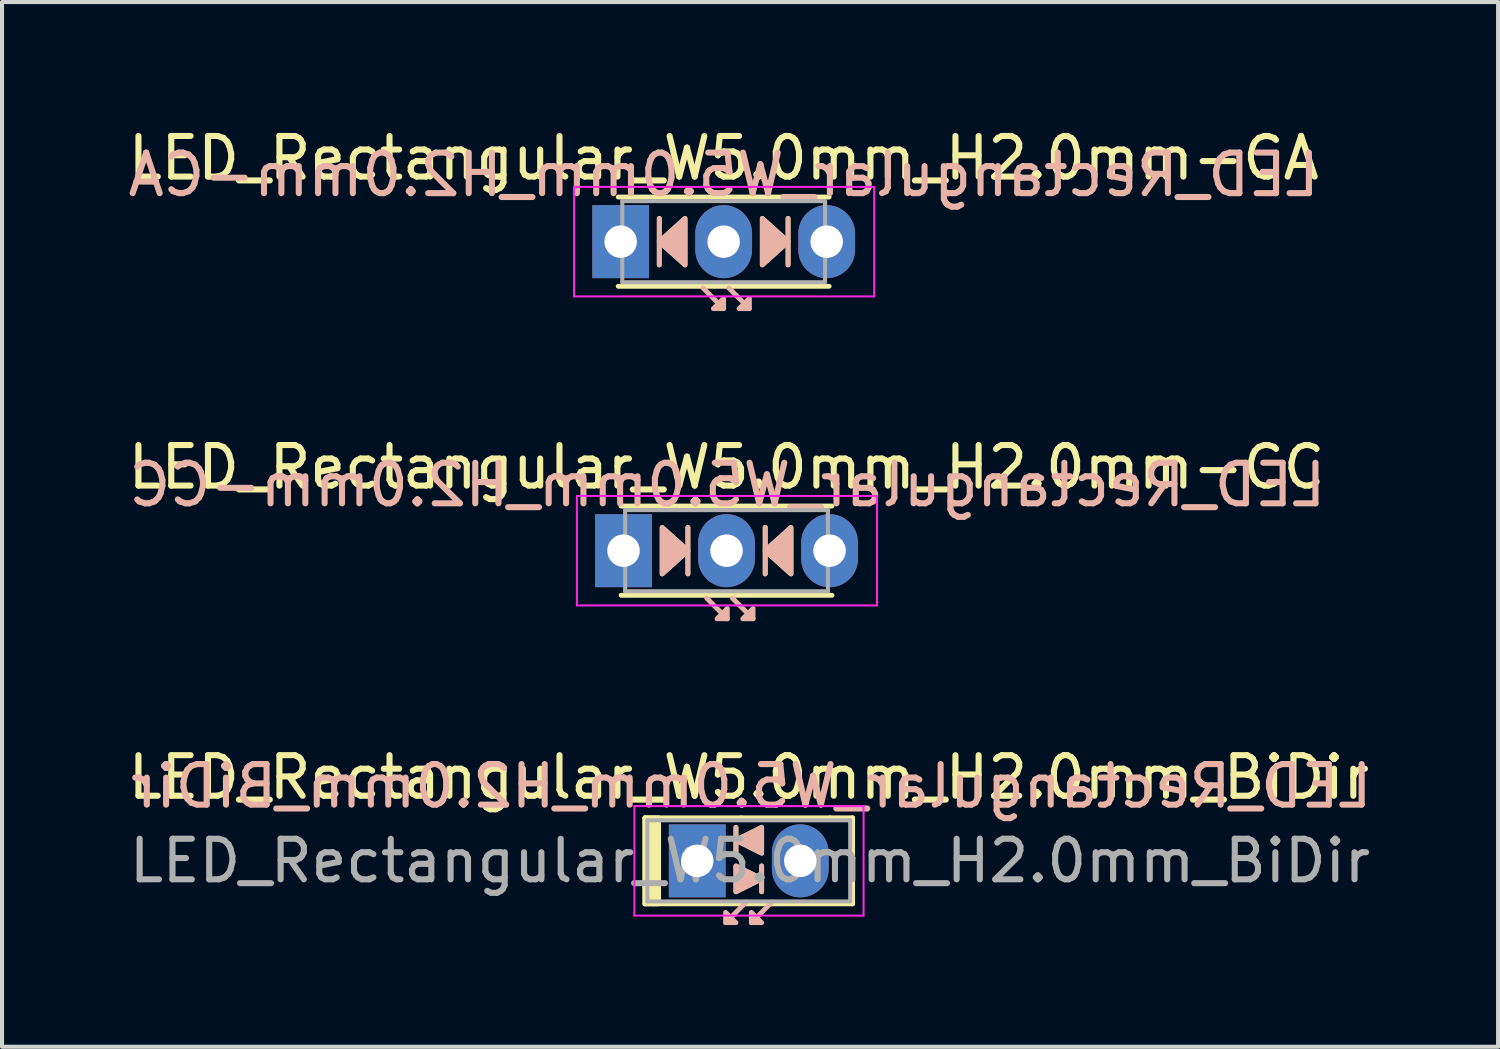
<source format=kicad_pcb>
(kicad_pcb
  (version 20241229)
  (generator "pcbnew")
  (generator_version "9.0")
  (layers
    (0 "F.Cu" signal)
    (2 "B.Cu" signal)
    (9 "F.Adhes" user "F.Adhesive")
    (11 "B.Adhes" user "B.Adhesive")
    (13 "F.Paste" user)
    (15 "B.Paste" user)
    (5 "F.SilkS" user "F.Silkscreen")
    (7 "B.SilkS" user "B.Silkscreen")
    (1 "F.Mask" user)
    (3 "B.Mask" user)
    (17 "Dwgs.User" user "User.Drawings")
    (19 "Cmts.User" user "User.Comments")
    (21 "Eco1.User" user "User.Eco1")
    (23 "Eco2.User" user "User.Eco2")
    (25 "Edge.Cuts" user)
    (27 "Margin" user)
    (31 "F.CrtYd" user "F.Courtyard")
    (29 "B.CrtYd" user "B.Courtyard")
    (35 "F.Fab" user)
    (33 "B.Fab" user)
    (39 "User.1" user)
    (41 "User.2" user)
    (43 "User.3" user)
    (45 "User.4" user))
  (footprint "LED_Rectangular_W5.0mm_H2.0mm_BiDir"
    (layer "F.Cu")
    (at 14.141 18.174)
    (property "Reference" "LED_Rectangular_W5.0mm_H2.0mm_BiDir" (at 1.27 -2.06 0) (layer "F.SilkS") (effects (font (size 1 1) (thickness 0.15))))
    (fp_line (start -1.29 -1.06) (end -1.29 1.06) (stroke (width 0.12) (type solid)) (layer "F.SilkS"))
    (fp_line (start -1.29 -1.06) (end 1.08 -1.06) (stroke (width 0.12) (type solid)) (layer "F.SilkS"))
    (fp_line (start -1.29 1.06) (end -1.08 1.06) (stroke (width 0.12) (type solid)) (layer "F.SilkS"))
    (fp_line (start -1.08 1.06) (end 1.811 1.06) (stroke (width 0.12) (type solid)) (layer "F.SilkS"))
    (fp_line (start 0.953 -0.826) (end 0.953 -0.191) (stroke (width 0.12) (type solid)) (layer "F.SilkS"))
    (fp_line (start 1.08 -1.06) (end 3.27 -1.06) (stroke (width 0.12) (type solid)) (layer "F.SilkS"))
    (fp_line (start 1.587 0.762) (end 1.587 0.127) (stroke (width 0.12) (type solid)) (layer "F.SilkS"))
    (fp_line (start 1.811 1.06) (end 3.83 1.06) (stroke (width 0.12) (type solid)) (layer "F.SilkS"))
    (fp_line (start 3.27 -1.06) (end 3.83 -1.06) (stroke (width 0.12) (type solid)) (layer "F.SilkS"))
    (fp_line (start 3.83 -1.06) (end 3.83 1.06) (stroke (width 0.12) (type solid)) (layer "F.SilkS"))
    (fp_rect (start -1.29 -1.06) (end -0.953 1.06) (stroke (width 0.12) (type solid)) (fill yes) (layer "F.SilkS"))
    (fp_poly (pts (xy 0.953 0.127) (xy 1.587 0.445) (xy 0.953 0.762)) (stroke (width 0.12) (type solid)) (fill yes) (layer "F.SilkS"))
    (fp_poly (pts (xy 1.587 -0.191) (xy 0.953 -0.508) (xy 1.587 -0.826)) (stroke (width 0.12) (type solid)) (fill yes) (layer "F.SilkS"))
    (fp_line (start 0.953 -0.826) (end 0.953 -0.191) (stroke (width 0.12) (type solid)) (layer "B.SilkS"))
    (fp_line (start 1.206 1.016) (end 0.699 1.524) (stroke (width 0.12) (type solid)) (layer "B.SilkS"))
    (fp_line (start 1.587 0.762) (end 1.587 0.127) (stroke (width 0.12) (type solid)) (layer "B.SilkS"))
    (fp_line (start 1.841 1.016) (end 1.333 1.524) (stroke (width 0.12) (type solid)) (layer "B.SilkS"))
    (fp_poly (pts (xy 0.699 1.27) (xy 0.953 1.524) (xy 0.699 1.524)) (stroke (width 0.12) (type solid)) (fill yes) (layer "B.SilkS"))
    (fp_poly (pts (xy 0.953 0.127) (xy 1.587 0.445) (xy 0.953 0.762)) (stroke (width 0.12) (type solid)) (fill yes) (layer "B.SilkS"))
    (fp_poly (pts (xy 1.333 1.27) (xy 1.587 1.524) (xy 1.333 1.524)) (stroke (width 0.12) (type solid)) (fill yes) (layer "B.SilkS"))
    (fp_poly (pts (xy 1.587 -0.191) (xy 0.953 -0.508) (xy 1.587 -0.826)) (stroke (width 0.12) (type solid)) (fill yes) (layer "B.SilkS"))
    (fp_line (start -1.55 -1.35) (end -1.55 1.35) (stroke (width 0.05) (type solid)) (layer "F.CrtYd"))
    (fp_line (start -1.55 1.35) (end 4.1 1.35) (stroke (width 0.05) (type solid)) (layer "F.CrtYd"))
    (fp_line (start 4.1 -1.35) (end -1.55 -1.35) (stroke (width 0.05) (type solid)) (layer "F.CrtYd"))
    (fp_line (start 4.1 1.35) (end 4.1 -1.35) (stroke (width 0.05) (type solid)) (layer "F.CrtYd"))
    (fp_line (start -1.23 -1) (end -1.23 1) (stroke (width 0.1) (type solid)) (layer "F.Fab"))
    (fp_line (start -1.23 1) (end 3.77 1) (stroke (width 0.1) (type solid)) (layer "F.Fab"))
    (fp_line (start 3.77 -1) (end -1.23 -1) (stroke (width 0.1) (type solid)) (layer "F.Fab"))
    (fp_line (start 3.77 1) (end 3.77 -1) (stroke (width 0.1) (type solid)) (layer "F.Fab"))
    (fp_text user "${REFERENCE}" (at 1.333 -1.841 0) (layer "B.SilkS") (effects (font (size 1 1) (thickness 0.15)) (justify mirror)))
    (fp_text user "${REFERENCE}" (at 1.3 0 0) (layer "F.Fab") (effects (font (size 1 1) (thickness 0.15))))
    (pad "1" thru_hole rect (at 0 0) (size 1.4 1.8) (drill 0.8) (layers "*.Cu" "*.Mask"))
    (pad "2" thru_hole oval (at 2.54 0) (size 1.4 1.8) (drill 0.8) (layers "*.Cu" "*.Mask")))
  (footprint "LED_Rectangular_W5.0mm_H2.0mm-CC"
    (layer "F.Cu")
    (at 12.323 10.527)
    (property "Reference" "LED_Rectangular_W5.0mm_H2.0mm-CC" (at 2.54 -2.06 0) (layer "F.SilkS") (effects (font (size 1 1) (thickness 0.15))))
    (fp_line (start -0.06 -1.1) (end 5.14 -1.1) (stroke (width 0.12) (type solid)) (layer "F.SilkS"))
    (fp_line (start 1.587 0.572) (end 1.587 -0.572) (stroke (width 0.12) (type solid)) (layer "F.SilkS"))
    (fp_line (start 3.493 -0.572) (end 3.493 0.572) (stroke (width 0.12) (type solid)) (layer "F.SilkS"))
    (fp_line (start 5.14 1.1) (end -0.06 1.1) (stroke (width 0.12) (type solid)) (layer "F.SilkS"))
    (fp_poly (pts (xy 0.953 -0.572) (xy 1.587 0) (xy 0.953 0.572)) (stroke (width 0.12) (type solid)) (fill yes) (layer "F.SilkS"))
    (fp_poly (pts (xy 4.128 0.572) (xy 3.493 0) (xy 4.128 -0.572)) (stroke (width 0.12) (type solid)) (fill yes) (layer "F.SilkS"))
    (fp_line (start 1.587 0.572) (end 1.587 -0.572) (stroke (width 0.12) (type solid)) (layer "B.SilkS"))
    (fp_line (start 2.559 1.679) (end 2.051 1.171) (stroke (width 0.12) (type solid)) (layer "B.SilkS"))
    (fp_line (start 3.194 1.679) (end 2.686 1.171) (stroke (width 0.12) (type solid)) (layer "B.SilkS"))
    (fp_line (start 3.493 -0.572) (end 3.493 0.572) (stroke (width 0.12) (type solid)) (layer "B.SilkS"))
    (fp_poly (pts (xy 0.953 0.572) (xy 1.587 0) (xy 0.953 -0.572)) (stroke (width 0.12) (type solid)) (fill yes) (layer "B.SilkS"))
    (fp_poly (pts (xy 2.559 1.425) (xy 2.305 1.679) (xy 2.559 1.679)) (stroke (width 0.12) (type solid)) (fill yes) (layer "B.SilkS"))
    (fp_poly (pts (xy 3.194 1.425) (xy 2.94 1.679) (xy 3.194 1.679)) (stroke (width 0.12) (type solid)) (fill yes) (layer "B.SilkS"))
    (fp_poly (pts (xy 4.128 0.572) (xy 3.493 0) (xy 4.128 -0.572)) (stroke (width 0.12) (type solid)) (fill yes) (layer "B.SilkS"))
    (fp_line (start -1.15 -1.35) (end -1.15 1.35) (stroke (width 0.05) (type solid)) (layer "F.CrtYd"))
    (fp_line (start -1.15 1.35) (end 6.25 1.35) (stroke (width 0.05) (type solid)) (layer "F.CrtYd"))
    (fp_line (start 6.25 -1.35) (end -1.15 -1.35) (stroke (width 0.05) (type solid)) (layer "F.CrtYd"))
    (fp_line (start 6.25 1.35) (end 6.25 -1.35) (stroke (width 0.05) (type solid)) (layer "F.CrtYd"))
    (fp_line (start 0.04 -1) (end 0.04 1) (stroke (width 0.1) (type solid)) (layer "F.Fab"))
    (fp_line (start 0.04 1) (end 5.04 1) (stroke (width 0.1) (type solid)) (layer "F.Fab"))
    (fp_line (start 5.04 -1) (end 0.04 -1) (stroke (width 0.1) (type solid)) (layer "F.Fab"))
    (fp_line (start 5.04 1) (end 5.04 -1) (stroke (width 0.1) (type solid)) (layer "F.Fab"))
    (fp_text user "${REFERENCE}" (at 2.559 -1.623 0) (layer "B.SilkS") (effects (font (size 1 1) (thickness 0.15)) (justify mirror)))
    (pad "1" thru_hole rect (at 0 0) (size 1.4 1.8) (drill 0.8) (layers "*.Cu" "*.Mask"))
    (pad "2" thru_hole oval (at 2.54 0) (size 1.4 1.8) (drill 0.8) (layers "*.Cu" "*.Mask"))
    (pad "3" thru_hole oval (at 5.08 0) (size 1.4 1.8) (drill 0.8) (layers "*.Cu" "*.Mask")))
  (footprint "LED_Rectangular_W5.0mm_H2.0mm-CA"
    (layer "F.Cu")
    (at 12.252 2.908)
    (property "Reference" "LED_Rectangular_W5.0mm_H2.0mm-CA" (at 2.54 -2.06 0) (layer "F.SilkS") (effects (font (size 1 1) (thickness 0.15))))
    (fp_line (start -0.06 -1.1) (end 5.14 -1.1) (stroke (width 0.12) (type solid)) (layer "F.SilkS"))
    (fp_line (start 0.953 -0.572) (end 0.953 0.572) (stroke (width 0.12) (type solid)) (layer "F.SilkS"))
    (fp_line (start 4.128 0.572) (end 4.128 -0.572) (stroke (width 0.12) (type solid)) (layer "F.SilkS"))
    (fp_line (start 5.14 1.1) (end -0.06 1.1) (stroke (width 0.12) (type solid)) (layer "F.SilkS"))
    (fp_poly (pts (xy 1.587 0.572) (xy 0.953 0) (xy 1.587 -0.572)) (stroke (width 0.12) (type solid)) (fill yes) (layer "F.SilkS"))
    (fp_poly (pts (xy 3.493 -0.572) (xy 4.128 0) (xy 3.493 0.572)) (stroke (width 0.12) (type solid)) (fill yes) (layer "F.SilkS"))
    (fp_line (start 0.953 -0.572) (end 0.953 0.572) (stroke (width 0.12) (type solid)) (layer "B.SilkS"))
    (fp_line (start 2.54 1.651) (end 2.032 1.143) (stroke (width 0.12) (type solid)) (layer "B.SilkS"))
    (fp_line (start 3.175 1.651) (end 2.667 1.143) (stroke (width 0.12) (type solid)) (layer "B.SilkS"))
    (fp_line (start 4.128 0.572) (end 4.128 -0.572) (stroke (width 0.12) (type solid)) (layer "B.SilkS"))
    (fp_poly (pts (xy 1.587 0.572) (xy 0.953 0) (xy 1.587 -0.572)) (stroke (width 0.12) (type solid)) (fill yes) (layer "B.SilkS"))
    (fp_poly (pts (xy 2.54 1.397) (xy 2.286 1.651) (xy 2.54 1.651)) (stroke (width 0.12) (type solid)) (fill yes) (layer "B.SilkS"))
    (fp_poly (pts (xy 3.175 1.397) (xy 2.921 1.651) (xy 3.175 1.651)) (stroke (width 0.12) (type solid)) (fill yes) (layer "B.SilkS"))
    (fp_poly (pts (xy 3.493 0.572) (xy 4.128 0) (xy 3.493 -0.572)) (stroke (width 0.12) (type solid)) (fill yes) (layer "B.SilkS"))
    (fp_line (start -1.15 -1.35) (end -1.15 1.35) (stroke (width 0.05) (type solid)) (layer "F.CrtYd"))
    (fp_line (start -1.15 1.35) (end 6.25 1.35) (stroke (width 0.05) (type solid)) (layer "F.CrtYd"))
    (fp_line (start 6.25 -1.35) (end -1.15 -1.35) (stroke (width 0.05) (type solid)) (layer "F.CrtYd"))
    (fp_line (start 6.25 1.35) (end 6.25 -1.35) (stroke (width 0.05) (type solid)) (layer "F.CrtYd"))
    (fp_line (start 0.04 -1) (end 0.04 1) (stroke (width 0.1) (type solid)) (layer "F.Fab"))
    (fp_line (start 0.04 1) (end 5.04 1) (stroke (width 0.1) (type solid)) (layer "F.Fab"))
    (fp_line (start 5.04 -1) (end 0.04 -1) (stroke (width 0.1) (type solid)) (layer "F.Fab"))
    (fp_line (start 5.04 1) (end 5.04 -1) (stroke (width 0.1) (type solid)) (layer "F.Fab"))
    (fp_text user "${REFERENCE}" (at 2.54 -1.651 0) (layer "B.SilkS") (effects (font (size 1 1) (thickness 0.15)) (justify mirror)))
    (pad "1" thru_hole rect (at 0 0) (size 1.4 1.8) (drill 0.8) (layers "*.Cu" "*.Mask"))
    (pad "2" thru_hole oval (at 2.54 0) (size 1.4 1.8) (drill 0.8) (layers "*.Cu" "*.Mask"))
    (pad "3" thru_hole oval (at 5.08 0) (size 1.4 1.8) (drill 0.8) (layers "*.Cu" "*.Mask")))
  (gr_rect
    (start -3 -3)
    (end 33.885 22.758)
    (stroke (width 0.1) (type default))
    (fill no)
    (layer "Edge.Cuts")))
</source>
